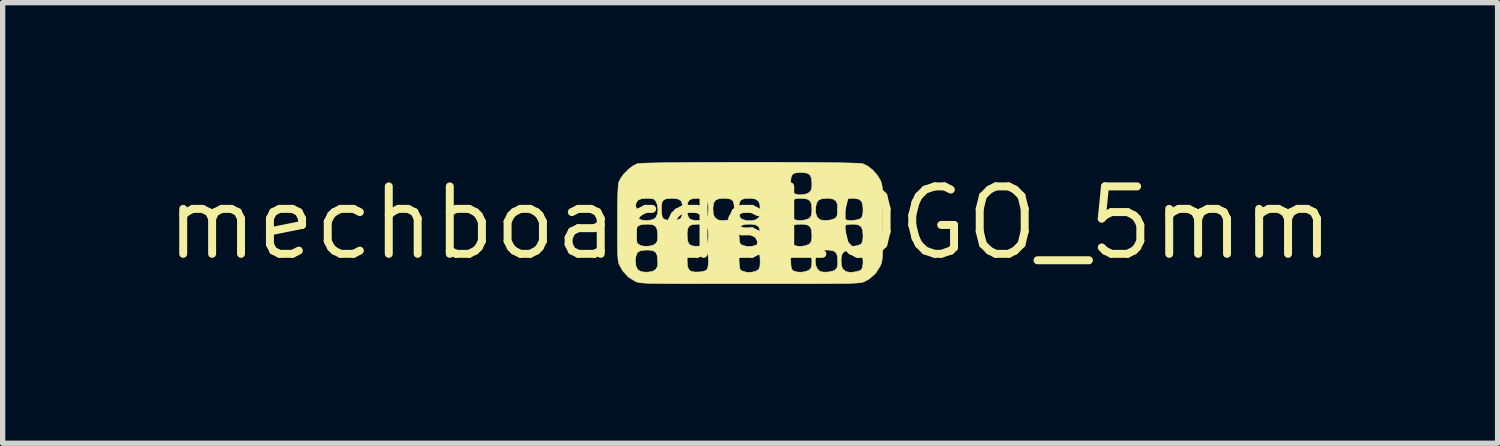
<source format=kicad_pcb>
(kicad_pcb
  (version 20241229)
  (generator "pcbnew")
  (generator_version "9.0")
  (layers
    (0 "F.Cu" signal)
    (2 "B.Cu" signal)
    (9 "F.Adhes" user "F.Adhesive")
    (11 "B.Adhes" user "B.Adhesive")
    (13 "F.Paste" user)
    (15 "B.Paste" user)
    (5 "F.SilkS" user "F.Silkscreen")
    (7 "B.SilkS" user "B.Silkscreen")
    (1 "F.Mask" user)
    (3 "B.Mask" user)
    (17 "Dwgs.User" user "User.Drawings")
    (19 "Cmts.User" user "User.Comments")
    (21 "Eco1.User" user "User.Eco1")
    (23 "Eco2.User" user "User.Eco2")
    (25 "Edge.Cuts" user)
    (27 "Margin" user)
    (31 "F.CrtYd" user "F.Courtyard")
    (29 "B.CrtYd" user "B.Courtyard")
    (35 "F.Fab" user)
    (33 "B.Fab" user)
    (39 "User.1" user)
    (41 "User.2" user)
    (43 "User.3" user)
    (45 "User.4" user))
  (footprint "mechboardsLOGO_5mm"
    (layer "F.Cu")
    (at 11.074 1.15)
    (property "Reference" "mechboardsLOGO_5mm" (at 0 0 0) (layer "F.SilkS") (effects (font (size 1.27 1.27) (thickness 0.15))))
    (attr through_hole)
    (fp_poly (pts (xy 0.334 -1.145) (xy 0.592 -1.144) (xy 0.841 -1.143) (xy 1.079 -1.142) (xy 1.301 -1.14) (xy 1.505 -1.137) (xy 1.685 -1.135) (xy 1.84 -1.132) (xy 1.964 -1.128) (xy 2.056 -1.124) (xy 2.11 -1.12) (xy 2.121 -1.118) (xy 2.212 -1.074) (xy 2.306 -1.001) (xy 2.388 -0.911) (xy 2.448 -0.816) (xy 2.461 -0.786) (xy 2.472 -0.757) (xy 2.48 -0.724) (xy 2.487 -0.682) (xy 2.491 -0.627) (xy 2.494 -0.553) (xy 2.496 -0.456) (xy 2.497 -0.33) (xy 2.497 -0.171) (xy 2.497 0) (xy 2.497 0.192) (xy 2.497 0.347) (xy 2.496 0.468) (xy 2.494 0.563) (xy 2.491 0.634) (xy 2.486 0.687) (xy 2.479 0.727) (xy 2.471 0.759) (xy 2.46 0.788) (xy 2.447 0.815) (xy 2.362 0.947) (xy 2.247 1.05) (xy 2.159 1.099) (xy 2.142 1.106) (xy 2.125 1.112) (xy 2.103 1.118) (xy 2.074 1.123) (xy 2.037 1.127) (xy 1.988 1.13) (xy 1.924 1.133) (xy 1.844 1.136) (xy 1.744 1.138) (xy 1.622 1.139) (xy 1.475 1.14) (xy 1.301 1.141) (xy 1.098 1.141) (xy 0.862 1.142) (xy 0.59 1.142) (xy 0.281 1.142) (xy 0 1.142) (xy -0.341 1.142) (xy -0.643 1.142) (xy -0.908 1.142) (xy -1.138 1.141) (xy -1.336 1.141) (xy -1.504 1.14) (xy -1.646 1.139) (xy -1.764 1.137) (xy -1.86 1.135) (xy -1.937 1.133) (xy -1.998 1.13) (xy -2.045 1.126) (xy -2.08 1.122) (xy -2.107 1.117) (xy -2.128 1.111) (xy -2.146 1.105) (xy -2.159 1.099) (xy -2.291 1.017) (xy -2.396 0.903) (xy -2.447 0.815) (xy -2.461 0.785) (xy -2.472 0.756) (xy -2.48 0.724) (xy -2.484 0.7) (xy -2.159 0.7) (xy -2.15 0.804) (xy -2.119 0.873) (xy -2.062 0.912) (xy -1.975 0.925) (xy -1.917 0.923) (xy -1.84 0.911) (xy -1.791 0.885) (xy -1.772 0.866) (xy -1.748 0.826) (xy -1.738 0.776) (xy -1.74 0.708) (xy -1.185 0.708) (xy -1.179 0.808) (xy -1.156 0.873) (xy -1.11 0.91) (xy -1.035 0.923) (xy -0.942 0.92) (xy -0.861 0.905) (xy -0.813 0.879) (xy -0.81 0.875) (xy -0.795 0.835) (xy -0.786 0.769) (xy -0.783 0.712) (xy -0.787 0.652) (xy -0.208 0.652) (xy -0.207 0.733) (xy -0.202 0.811) (xy -0.193 0.858) (xy -0.177 0.885) (xy -0.148 0.904) (xy -0.061 0.928) (xy 0.038 0.925) (xy 0.099 0.909) (xy 0.145 0.887) (xy 0.172 0.857) (xy 0.186 0.809) (xy 0.19 0.733) (xy 0.19 0.705) (xy 0.186 0.648) (xy 0.766 0.648) (xy 0.766 0.733) (xy 0.771 0.811) (xy 0.78 0.858) (xy 0.797 0.886) (xy 0.826 0.905) (xy 0.891 0.923) (xy 0.973 0.925) (xy 1.053 0.911) (xy 1.115 0.884) (xy 1.122 0.878) (xy 1.148 0.844) (xy 1.161 0.793) (xy 1.164 0.716) (xy 1.164 0.714) (xy 1.227 0.714) (xy 1.237 0.796) (xy 1.267 0.865) (xy 1.313 0.909) (xy 1.317 0.911) (xy 1.382 0.924) (xy 1.463 0.923) (xy 1.542 0.909) (xy 1.601 0.885) (xy 1.609 0.878) (xy 1.635 0.844) (xy 1.648 0.793) (xy 1.651 0.716) (xy 1.714 0.716) (xy 1.721 0.806) (xy 1.745 0.865) (xy 1.791 0.904) (xy 1.82 0.917) (xy 1.874 0.927) (xy 1.947 0.924) (xy 2.02 0.911) (xy 2.076 0.892) (xy 2.092 0.881) (xy 2.115 0.838) (xy 2.126 0.766) (xy 2.127 0.721) (xy 2.12 0.623) (xy 2.095 0.559) (xy 2.046 0.523) (xy 1.966 0.509) (xy 1.923 0.508) (xy 1.826 0.515) (xy 1.764 0.542) (xy 1.729 0.593) (xy 1.715 0.677) (xy 1.714 0.716) (xy 1.651 0.716) (xy 1.644 0.62) (xy 1.618 0.558) (xy 1.567 0.523) (xy 1.484 0.509) (xy 1.441 0.508) (xy 1.367 0.51) (xy 1.321 0.521) (xy 1.289 0.543) (xy 1.272 0.564) (xy 1.238 0.632) (xy 1.227 0.714) (xy 1.164 0.714) (xy 1.157 0.62) (xy 1.131 0.557) (xy 1.079 0.522) (xy 0.996 0.509) (xy 0.956 0.508) (xy 0.867 0.513) (xy 0.81 0.534) (xy 0.778 0.577) (xy 0.766 0.648) (xy 0.186 0.648) (xy 0.184 0.615) (xy 0.16 0.556) (xy 0.112 0.523) (xy 0.033 0.509) (xy -0.023 0.508) (xy -0.109 0.514) (xy -0.165 0.535) (xy -0.196 0.579) (xy -0.208 0.652) (xy -0.787 0.652) (xy -0.789 0.617) (xy -0.81 0.556) (xy -0.855 0.523) (xy -0.929 0.509) (xy -0.981 0.508) (xy -1.076 0.514) (xy -1.136 0.535) (xy -1.17 0.579) (xy -1.184 0.653) (xy -1.185 0.708) (xy -1.74 0.708) (xy -1.74 0.7) (xy -1.74 0.691) (xy -1.752 0.604) (xy -1.779 0.549) (xy -1.827 0.52) (xy -1.906 0.509) (xy -1.951 0.508) (xy -2.048 0.516) (xy -2.111 0.544) (xy -2.146 0.596) (xy -2.159 0.679) (xy -2.159 0.7) (xy -2.484 0.7) (xy -2.487 0.682) (xy -2.491 0.627) (xy -2.494 0.553) (xy -2.496 0.455) (xy -2.497 0.329) (xy -2.497 0.213) (xy -2.159 0.213) (xy -2.15 0.317) (xy -2.119 0.386) (xy -2.062 0.425) (xy -1.975 0.438) (xy -1.917 0.436) (xy -1.84 0.424) (xy -1.791 0.398) (xy -1.772 0.379) (xy -1.748 0.339) (xy -1.738 0.289) (xy -1.74 0.221) (xy -1.185 0.221) (xy -1.179 0.322) (xy -1.156 0.388) (xy -1.11 0.425) (xy -1.035 0.437) (xy -0.953 0.435) (xy -0.864 0.42) (xy -0.814 0.393) (xy -0.81 0.389) (xy -0.796 0.348) (xy -0.786 0.281) (xy -0.783 0.219) (xy -0.787 0.165) (xy -0.208 0.165) (xy -0.207 0.246) (xy -0.202 0.324) (xy -0.193 0.371) (xy -0.177 0.399) (xy -0.148 0.417) (xy -0.061 0.441) (xy 0.038 0.438) (xy 0.099 0.422) (xy 0.145 0.4) (xy 0.172 0.37) (xy 0.186 0.322) (xy 0.19 0.246) (xy 0.19 0.218) (xy 0.186 0.162) (xy 0.766 0.162) (xy 0.766 0.246) (xy 0.771 0.324) (xy 0.78 0.372) (xy 0.797 0.399) (xy 0.826 0.418) (xy 0.891 0.436) (xy 0.973 0.438) (xy 1.053 0.424) (xy 1.115 0.397) (xy 1.122 0.391) (xy 1.148 0.357) (xy 1.161 0.306) (xy 1.164 0.23) (xy 1.714 0.23) (xy 1.721 0.319) (xy 1.745 0.378) (xy 1.791 0.417) (xy 1.82 0.431) (xy 1.874 0.44) (xy 1.947 0.437) (xy 2.02 0.424) (xy 2.076 0.405) (xy 2.092 0.394) (xy 2.115 0.351) (xy 2.126 0.279) (xy 2.127 0.234) (xy 2.12 0.136) (xy 2.095 0.073) (xy 2.046 0.037) (xy 1.966 0.022) (xy 1.923 0.021) (xy 1.826 0.029) (xy 1.764 0.055) (xy 1.729 0.106) (xy 1.715 0.19) (xy 1.714 0.23) (xy 1.164 0.23) (xy 1.157 0.133) (xy 1.131 0.07) (xy 1.079 0.036) (xy 0.996 0.022) (xy 0.956 0.021) (xy 0.867 0.027) (xy 0.81 0.047) (xy 0.778 0.09) (xy 0.766 0.162) (xy 0.186 0.162) (xy 0.184 0.128) (xy 0.16 0.069) (xy 0.112 0.036) (xy 0.033 0.023) (xy -0.023 0.021) (xy -0.109 0.027) (xy -0.165 0.048) (xy -0.196 0.092) (xy -0.208 0.165) (xy -0.787 0.165) (xy -0.79 0.128) (xy -0.814 0.069) (xy -0.863 0.036) (xy -0.943 0.022) (xy -0.993 0.021) (xy -1.083 0.028) (xy -1.141 0.051) (xy -1.172 0.099) (xy -1.184 0.178) (xy -1.185 0.221) (xy -1.74 0.221) (xy -1.74 0.213) (xy -1.74 0.204) (xy -1.752 0.117) (xy -1.779 0.063) (xy -1.827 0.033) (xy -1.906 0.022) (xy -1.951 0.021) (xy -2.048 0.029) (xy -2.111 0.057) (xy -2.146 0.109) (xy -2.159 0.192) (xy -2.159 0.213) (xy -2.497 0.213) (xy -2.497 0.17) (xy -2.497 0.013) (xy -2.497 -0.213) (xy -2.496 -0.274) (xy -2.159 -0.274) (xy -2.15 -0.17) (xy -2.119 -0.101) (xy -2.062 -0.062) (xy -1.975 -0.048) (xy -1.917 -0.05) (xy -1.838 -0.063) (xy -1.788 -0.091) (xy -1.774 -0.105) (xy -1.745 -0.168) (xy -1.735 -0.249) (xy -1.743 -0.322) (xy -1.669 -0.322) (xy -1.668 -0.241) (xy -1.663 -0.163) (xy -1.654 -0.115) (xy -1.637 -0.087) (xy -1.609 -0.068) (xy -1.548 -0.051) (xy -1.471 -0.046) (xy -1.394 -0.054) (xy -1.33 -0.073) (xy -1.299 -0.096) (xy -1.282 -0.141) (xy -1.272 -0.215) (xy -1.27 -0.265) (xy -1.185 -0.265) (xy -1.179 -0.165) (xy -1.156 -0.099) (xy -1.111 -0.063) (xy -1.036 -0.049) (xy -0.955 -0.05) (xy -0.873 -0.061) (xy -0.824 -0.083) (xy -0.812 -0.096) (xy -0.795 -0.141) (xy -0.785 -0.215) (xy -0.784 -0.257) (xy -0.699 -0.257) (xy -0.692 -0.168) (xy -0.668 -0.109) (xy -0.622 -0.07) (xy -0.593 -0.056) (xy -0.543 -0.048) (xy -0.473 -0.05) (xy -0.402 -0.059) (xy -0.345 -0.075) (xy -0.329 -0.084) (xy -0.309 -0.118) (xy -0.298 -0.182) (xy -0.296 -0.25) (xy -0.3 -0.325) (xy -0.208 -0.325) (xy -0.207 -0.241) (xy -0.202 -0.163) (xy -0.193 -0.116) (xy -0.177 -0.088) (xy -0.148 -0.07) (xy -0.075 -0.048) (xy 0.012 -0.044) (xy 0.09 -0.057) (xy 0.113 -0.067) (xy 0.154 -0.093) (xy 0.177 -0.127) (xy 0.188 -0.179) (xy 0.19 -0.259) (xy 0.185 -0.325) (xy 0.766 -0.325) (xy 0.766 -0.241) (xy 0.771 -0.163) (xy 0.78 -0.115) (xy 0.797 -0.087) (xy 0.826 -0.068) (xy 0.891 -0.051) (xy 0.973 -0.049) (xy 1.053 -0.063) (xy 1.115 -0.089) (xy 1.122 -0.095) (xy 1.148 -0.13) (xy 1.161 -0.181) (xy 1.164 -0.257) (xy 1.162 -0.292) (xy 1.234 -0.292) (xy 1.235 -0.193) (xy 1.261 -0.115) (xy 1.309 -0.067) (xy 1.317 -0.063) (xy 1.382 -0.049) (xy 1.463 -0.05) (xy 1.542 -0.064) (xy 1.601 -0.089) (xy 1.609 -0.095) (xy 1.635 -0.13) (xy 1.648 -0.181) (xy 1.651 -0.257) (xy 1.714 -0.257) (xy 1.721 -0.168) (xy 1.745 -0.109) (xy 1.791 -0.07) (xy 1.82 -0.056) (xy 1.874 -0.047) (xy 1.947 -0.05) (xy 2.02 -0.062) (xy 2.076 -0.082) (xy 2.092 -0.093) (xy 2.115 -0.136) (xy 2.126 -0.208) (xy 2.127 -0.253) (xy 2.12 -0.351) (xy 2.095 -0.414) (xy 2.046 -0.45) (xy 1.966 -0.465) (xy 1.923 -0.466) (xy 1.826 -0.458) (xy 1.764 -0.432) (xy 1.729 -0.38) (xy 1.715 -0.297) (xy 1.714 -0.257) (xy 1.651 -0.257) (xy 1.644 -0.354) (xy 1.617 -0.416) (xy 1.566 -0.451) (xy 1.482 -0.465) (xy 1.443 -0.466) (xy 1.348 -0.457) (xy 1.287 -0.429) (xy 1.251 -0.374) (xy 1.234 -0.292) (xy 1.162 -0.292) (xy 1.157 -0.354) (xy 1.131 -0.416) (xy 1.079 -0.451) (xy 0.996 -0.465) (xy 0.956 -0.466) (xy 0.867 -0.46) (xy 0.81 -0.44) (xy 0.778 -0.397) (xy 0.766 -0.325) (xy 0.185 -0.325) (xy 0.183 -0.355) (xy 0.156 -0.417) (xy 0.104 -0.451) (xy 0.021 -0.465) (xy -0.018 -0.466) (xy -0.107 -0.46) (xy -0.164 -0.44) (xy -0.196 -0.397) (xy -0.208 -0.325) (xy -0.3 -0.325) (xy -0.301 -0.348) (xy -0.32 -0.412) (xy -0.36 -0.448) (xy -0.425 -0.463) (xy -0.49 -0.466) (xy -0.587 -0.458) (xy -0.649 -0.432) (xy -0.684 -0.38) (xy -0.698 -0.297) (xy -0.699 -0.257) (xy -0.784 -0.257) (xy -0.783 -0.267) (xy -0.79 -0.359) (xy -0.814 -0.418) (xy -0.863 -0.451) (xy -0.943 -0.464) (xy -0.993 -0.466) (xy -1.083 -0.459) (xy -1.141 -0.436) (xy -1.172 -0.388) (xy -1.184 -0.308) (xy -1.185 -0.265) (xy -1.27 -0.265) (xy -1.27 -0.267) (xy -1.276 -0.358) (xy -1.3 -0.417) (xy -1.348 -0.45) (xy -1.427 -0.464) (xy -1.483 -0.466) (xy -1.57 -0.46) (xy -1.626 -0.439) (xy -1.657 -0.395) (xy -1.669 -0.322) (xy -1.743 -0.322) (xy -1.744 -0.334) (xy -1.771 -0.406) (xy -1.808 -0.449) (xy -1.84 -0.458) (xy -1.9 -0.464) (xy -1.953 -0.465) (xy -2.049 -0.457) (xy -2.112 -0.43) (xy -2.147 -0.376) (xy -2.159 -0.293) (xy -2.159 -0.274) (xy -2.496 -0.274) (xy -2.495 -0.398) (xy -2.491 -0.545) (xy -2.486 -0.655) (xy -2.479 -0.731) (xy -2.472 -0.77) (xy -2.452 -0.812) (xy 0.766 -0.812) (xy 0.766 -0.728) (xy 0.771 -0.65) (xy 0.78 -0.602) (xy 0.797 -0.575) (xy 0.826 -0.556) (xy 0.908 -0.532) (xy 0.999 -0.533) (xy 1.08 -0.556) (xy 1.108 -0.573) (xy 1.14 -0.604) (xy 1.157 -0.64) (xy 1.163 -0.696) (xy 1.164 -0.742) (xy 1.157 -0.839) (xy 1.131 -0.902) (xy 1.081 -0.938) (xy 0.998 -0.951) (xy 0.956 -0.953) (xy 0.867 -0.947) (xy 0.81 -0.927) (xy 0.778 -0.884) (xy 0.766 -0.812) (xy -2.452 -0.812) (xy -2.434 -0.848) (xy -2.369 -0.932) (xy -2.289 -1.013) (xy -2.204 -1.078) (xy -2.126 -1.117) (xy -2.125 -1.117) (xy -2.088 -1.122) (xy -2.013 -1.126) (xy -1.903 -1.13) (xy -1.762 -1.133) (xy -1.592 -1.136) (xy -1.399 -1.138) (xy -1.184 -1.14) (xy -0.953 -1.142) (xy -0.708 -1.143) (xy -0.453 -1.144) (xy -0.192 -1.145) (xy 0.071 -1.145) (xy 0.334 -1.145)) (stroke (width 0.01) (type solid)) (fill yes) (layer "F.SilkS")))
  (gr_rect
    (start -3 -3)
    (end 25.149 5.297)
    (stroke (width 0.1) (type default))
    (fill no)
    (layer "Edge.Cuts")))
</source>
